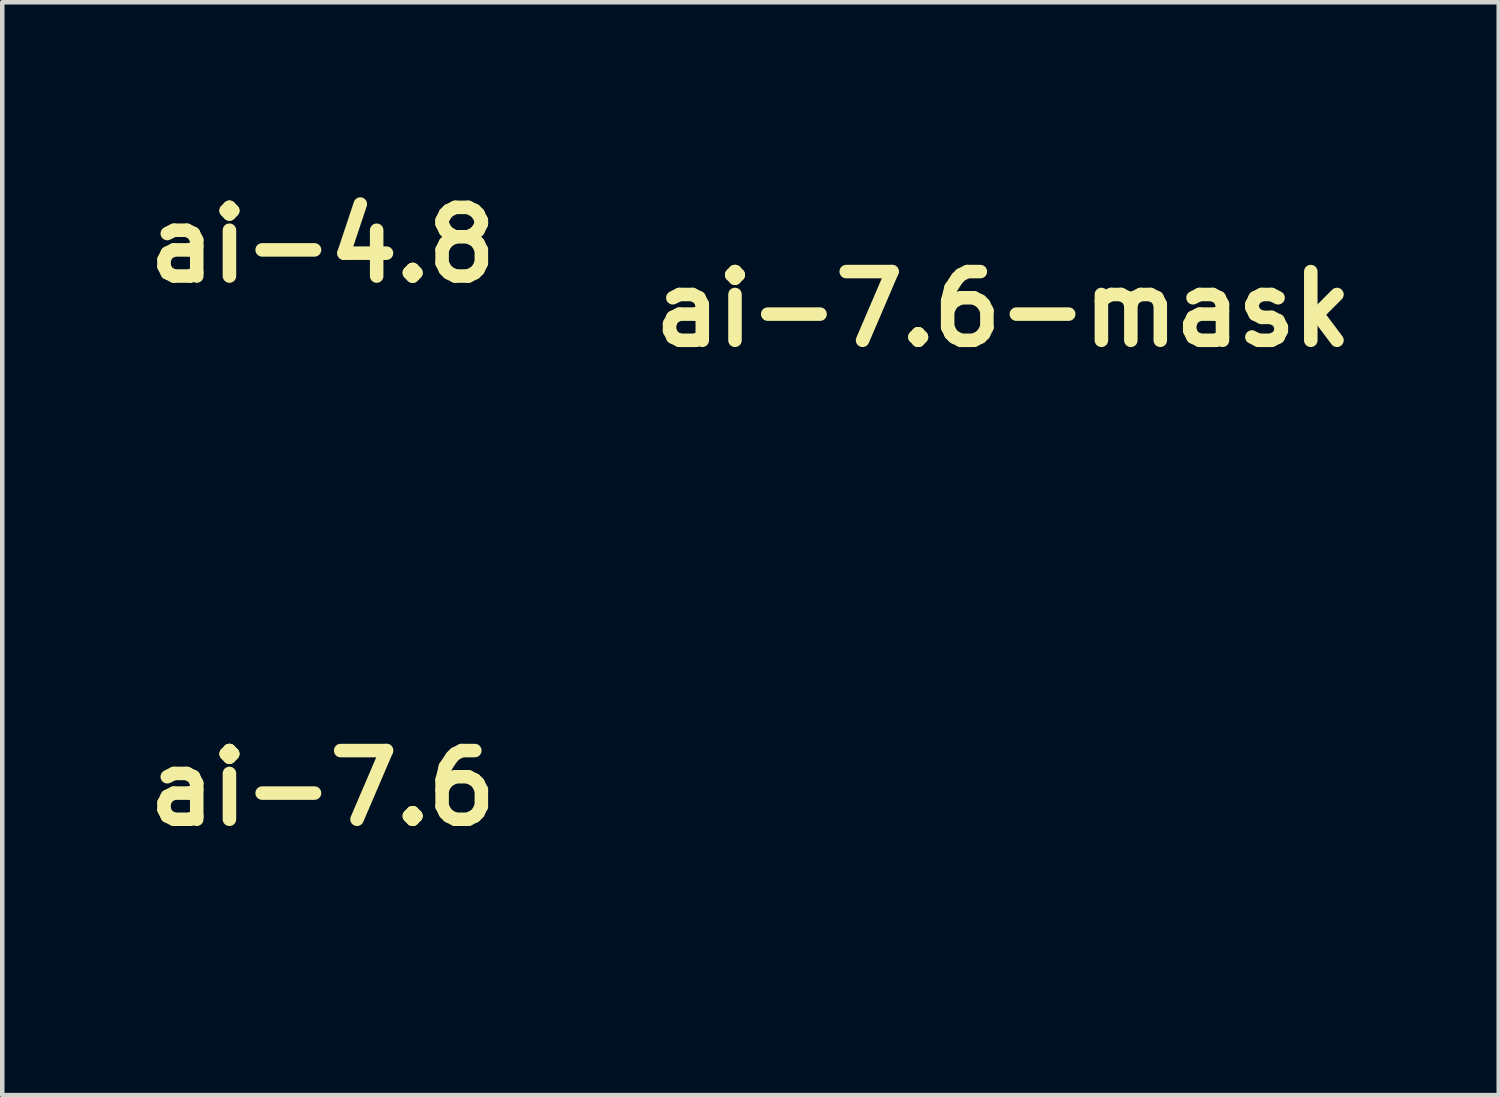
<source format=kicad_pcb>
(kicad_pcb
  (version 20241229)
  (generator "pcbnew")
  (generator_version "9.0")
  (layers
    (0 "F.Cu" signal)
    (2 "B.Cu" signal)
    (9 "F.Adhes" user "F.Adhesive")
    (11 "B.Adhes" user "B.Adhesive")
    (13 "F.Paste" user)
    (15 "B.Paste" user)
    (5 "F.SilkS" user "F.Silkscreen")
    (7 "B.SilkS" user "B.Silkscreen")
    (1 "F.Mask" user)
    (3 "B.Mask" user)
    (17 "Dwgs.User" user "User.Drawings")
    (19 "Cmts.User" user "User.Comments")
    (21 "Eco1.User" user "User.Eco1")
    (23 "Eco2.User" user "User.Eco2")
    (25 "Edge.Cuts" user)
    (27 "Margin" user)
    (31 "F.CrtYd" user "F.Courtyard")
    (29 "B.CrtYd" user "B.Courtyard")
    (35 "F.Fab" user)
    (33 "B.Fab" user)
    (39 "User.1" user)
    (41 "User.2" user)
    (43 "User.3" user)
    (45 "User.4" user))
  (footprint "ai-7.6"
    (layer "F.Cu")
    (at 4.108 14.434)
    (property "Reference" "ai-7.6" (at 0 0 0) (layer "F.SilkS") (effects (font (size 1.524 1.524) (thickness 0.3))))
    (attr through_hole)
    (fp_poly (pts (xy 0.23 -3.8) (xy 0.503 -3.773) (xy 0.528 -3.77) (xy 0.803 -3.721) (xy 1.071 -3.653) (xy 1.331 -3.567) (xy 1.583 -3.462) (xy 1.827 -3.341) (xy 2.06 -3.202) (xy 2.283 -3.047) (xy 2.495 -2.875) (xy 2.695 -2.689) (xy 2.882 -2.487) (xy 3.055 -2.271) (xy 3.215 -2.04) (xy 3.236 -2.007) (xy 3.37 -1.774) (xy 3.486 -1.532) (xy 3.585 -1.282) (xy 3.666 -1.025) (xy 3.728 -0.763) (xy 3.773 -0.496) (xy 3.799 -0.227) (xy 3.806 0.044) (xy 3.793 0.315) (xy 3.762 0.585) (xy 3.738 0.721) (xy 3.676 0.993) (xy 3.594 1.257) (xy 3.494 1.513) (xy 3.376 1.762) (xy 3.239 2.001) (xy 3.084 2.231) (xy 2.92 2.442) (xy 2.86 2.511) (xy 2.789 2.587) (xy 2.71 2.669) (xy 2.627 2.75) (xy 2.544 2.829) (xy 2.466 2.9) (xy 2.395 2.96) (xy 2.383 2.97) (xy 2.16 3.136) (xy 1.927 3.284) (xy 1.685 3.414) (xy 1.434 3.527) (xy 1.176 3.621) (xy 0.911 3.696) (xy 0.641 3.752) (xy 0.411 3.783) (xy 0.314 3.792) (xy 0.204 3.798) (xy 0.09 3.803) (xy -0.025 3.805) (xy -0.132 3.804) (xy -0.226 3.8) (xy -0.242 3.799) (xy -0.52 3.771) (xy -0.793 3.724) (xy -1.06 3.657) (xy -1.321 3.571) (xy -1.575 3.466) (xy -1.821 3.344) (xy -2.058 3.203) (xy -2.286 3.044) (xy -2.442 2.92) (xy -2.511 2.86) (xy -2.587 2.789) (xy -2.669 2.71) (xy -2.75 2.627) (xy -2.829 2.544) (xy -2.9 2.466) (xy -2.96 2.395) (xy -2.97 2.383) (xy -3.135 2.16) (xy -3.284 1.927) (xy -3.415 1.684) (xy -3.528 1.433) (xy -3.622 1.174) (xy -3.629 1.148) (xy -1.798 1.148) (xy -1.798 1.666) (xy -1.28 1.666) (xy -1.28 1.148) (xy 1.25 1.148) (xy 1.25 1.666) (xy 1.768 1.666) (xy 1.768 1.148) (xy 1.25 1.148) (xy -1.28 1.148) (xy -1.798 1.148) (xy -3.629 1.148) (xy -3.697 0.908) (xy -3.738 0.721) (xy -3.779 0.454) (xy -3.801 0.184) (xy -3.802 0.142) (xy -1.28 0.142) (xy -1.28 0.66) (xy -0.762 0.66) (xy -0.762 0.142) (xy -0.274 0.142) (xy -0.274 0.66) (xy 0.244 0.66) (xy 0.244 0.142) (xy 0.762 0.142) (xy 0.762 0.66) (xy 1.25 0.66) (xy 1.25 0.142) (xy 0.762 0.142) (xy 0.244 0.142) (xy -0.274 0.142) (xy -0.762 0.142) (xy -1.28 0.142) (xy -3.802 0.142) (xy -3.804 -0.088) (xy -3.789 -0.36) (xy -3.754 -0.629) (xy -3.707 -0.864) (xy -0.762 -0.864) (xy -0.762 -0.376) (xy -0.274 -0.376) (xy -0.274 -0.864) (xy 0.244 -0.864) (xy 0.244 -0.376) (xy 0.762 -0.376) (xy 0.762 -0.864) (xy 0.244 -0.864) (xy -0.274 -0.864) (xy -0.762 -0.864) (xy -3.707 -0.864) (xy -3.701 -0.895) (xy -3.629 -1.154) (xy -3.599 -1.245) (xy -3.499 -1.502) (xy -3.382 -1.75) (xy -3.297 -1.9) (xy -0.274 -1.9) (xy -0.274 -1.382) (xy 0.244 -1.382) (xy 0.244 -1.9) (xy -0.274 -1.9) (xy -3.297 -1.9) (xy -3.247 -1.988) (xy -3.095 -2.217) (xy -2.927 -2.433) (xy -2.744 -2.638) (xy -2.546 -2.829) (xy -2.334 -3.007) (xy -2.109 -3.17) (xy -2.098 -3.177) (xy -1.865 -3.319) (xy -1.623 -3.444) (xy -1.372 -3.551) (xy -1.115 -3.64) (xy -0.853 -3.71) (xy -0.586 -3.762) (xy -0.315 -3.794) (xy -0.043 -3.807) (xy 0.23 -3.8)) (stroke (width 0.01) (type solid)) (fill yes) (layer "F.Mask")))
  (footprint "ai-7.6-mask"
    (layer "F.Cu")
    (at 19.205 3.809)
    (property "Reference" "ai-7.6-mask" (at 0 0 0) (layer "F.SilkS") (effects (font (size 1.524 1.524) (thickness 0.3))))
    (attr through_hole)
    (fp_poly (pts (xy -1.28 1.666) (xy -1.798 1.666) (xy -1.798 1.148) (xy -1.28 1.148) (xy -1.28 1.666)) (stroke (width 0.01) (type solid)) (fill yes) (layer "F.Mask"))
    (fp_poly (pts (xy -0.762 0.66) (xy -1.28 0.66) (xy -1.28 0.142) (xy -0.762 0.142) (xy -0.762 0.66)) (stroke (width 0.01) (type solid)) (fill yes) (layer "F.Mask"))
    (fp_poly (pts (xy -0.274 -0.376) (xy -0.762 -0.376) (xy -0.762 -0.864) (xy -0.274 -0.864) (xy -0.274 -0.376)) (stroke (width 0.01) (type solid)) (fill yes) (layer "F.Mask"))
    (fp_poly (pts (xy 0.244 -1.382) (xy -0.274 -1.382) (xy -0.274 -1.9) (xy 0.244 -1.9) (xy 0.244 -1.382)) (stroke (width 0.01) (type solid)) (fill yes) (layer "F.Mask"))
    (fp_poly (pts (xy 0.244 0.66) (xy -0.274 0.66) (xy -0.274 0.142) (xy 0.244 0.142) (xy 0.244 0.66)) (stroke (width 0.01) (type solid)) (fill yes) (layer "F.Mask"))
    (fp_poly (pts (xy 0.762 -0.376) (xy 0.244 -0.376) (xy 0.244 -0.864) (xy 0.762 -0.864) (xy 0.762 -0.376)) (stroke (width 0.01) (type solid)) (fill yes) (layer "F.Mask"))
    (fp_poly (pts (xy 1.25 0.66) (xy 0.762 0.66) (xy 0.762 0.142) (xy 1.25 0.142) (xy 1.25 0.66)) (stroke (width 0.01) (type solid)) (fill yes) (layer "F.Mask"))
    (fp_poly (pts (xy 1.768 1.666) (xy 1.25 1.666) (xy 1.25 1.148) (xy 1.768 1.148) (xy 1.768 1.666)) (stroke (width 0.01) (type solid)) (fill yes) (layer "F.Mask"))
    (fp_poly (pts (xy 0.005 -3.804) (xy 0.164 -3.802) (xy 0.307 -3.797) (xy 0.438 -3.788) (xy 0.562 -3.774) (xy 0.683 -3.755) (xy 0.804 -3.73) (xy 0.931 -3.699) (xy 0.989 -3.683) (xy 1.256 -3.6) (xy 1.515 -3.498) (xy 1.764 -3.379) (xy 2.003 -3.243) (xy 2.231 -3.09) (xy 2.426 -2.939) (xy 2.628 -2.759) (xy 2.816 -2.565) (xy 2.991 -2.359) (xy 3.15 -2.142) (xy 3.294 -1.915) (xy 3.421 -1.68) (xy 3.53 -1.438) (xy 3.621 -1.191) (xy 3.684 -0.976) (xy 3.726 -0.796) (xy 3.758 -0.628) (xy 3.782 -0.462) (xy 3.797 -0.293) (xy 3.806 -0.114) (xy 3.807 -0.081) (xy 3.803 0.198) (xy 3.78 0.473) (xy 3.737 0.743) (xy 3.674 1.009) (xy 3.591 1.27) (xy 3.509 1.48) (xy 3.473 1.564) (xy 3.443 1.633) (xy 3.415 1.693) (xy 3.387 1.748) (xy 3.358 1.803) (xy 3.324 1.862) (xy 3.287 1.925) (xy 3.134 2.164) (xy 2.968 2.387) (xy 2.787 2.596) (xy 2.592 2.791) (xy 2.383 2.971) (xy 2.159 3.138) (xy 1.925 3.287) (xy 1.858 3.326) (xy 1.799 3.36) (xy 1.744 3.389) (xy 1.689 3.416) (xy 1.629 3.444) (xy 1.559 3.475) (xy 1.48 3.509) (xy 1.357 3.56) (xy 1.244 3.602) (xy 1.132 3.639) (xy 1.015 3.672) (xy 0.909 3.698) (xy 0.699 3.744) (xy 0.498 3.777) (xy 0.3 3.798) (xy 0.101 3.807) (xy -0.015 3.808) (xy -0.081 3.807) (xy -0.142 3.806) (xy -0.196 3.805) (xy -0.238 3.804) (xy -0.263 3.803) (xy -0.264 3.803) (xy -0.541 3.772) (xy -0.813 3.722) (xy -1.08 3.654) (xy -1.34 3.567) (xy -1.593 3.461) (xy -1.837 3.339) (xy -2.071 3.198) (xy -2.264 3.064) (xy -2.485 2.887) (xy -2.691 2.697) (xy -2.881 2.495) (xy -3.054 2.28) (xy -3.211 2.055) (xy -3.351 1.818) (xy -3.474 1.57) (xy -3.58 1.312) (xy -3.668 1.044) (xy -3.683 0.989) (xy -3.717 0.859) (xy -3.744 0.735) (xy -3.766 0.615) (xy -3.782 0.493) (xy -3.793 0.365) (xy -3.8 0.228) (xy -3.804 0.077) (xy -3.804 0.005) (xy -3.803 -0.066) (xy -3.122 -0.066) (xy -3.122 0.037) (xy -3.12 0.139) (xy -3.116 0.235) (xy -3.11 0.32) (xy -3.105 0.366) (xy -3.064 0.618) (xy -3.005 0.864) (xy -2.926 1.101) (xy -2.829 1.33) (xy -2.714 1.551) (xy -2.581 1.762) (xy -2.43 1.964) (xy -2.262 2.156) (xy -2.233 2.185) (xy -2.061 2.348) (xy -1.875 2.499) (xy -1.677 2.636) (xy -1.472 2.756) (xy -1.413 2.786) (xy -1.318 2.833) (xy -1.234 2.872) (xy -1.157 2.904) (xy -1.08 2.933) (xy -0.998 2.961) (xy -0.914 2.987) (xy -0.672 3.05) (xy -0.434 3.094) (xy -0.199 3.119) (xy 0.035 3.125) (xy 0.271 3.113) (xy 0.356 3.104) (xy 0.596 3.067) (xy 0.826 3.013) (xy 1.049 2.943) (xy 1.268 2.853) (xy 1.393 2.794) (xy 1.611 2.674) (xy 1.815 2.542) (xy 2.006 2.395) (xy 2.184 2.233) (xy 2.351 2.055) (xy 2.507 1.861) (xy 2.646 1.662) (xy 2.678 1.609) (xy 2.715 1.542) (xy 2.756 1.466) (xy 2.797 1.385) (xy 2.837 1.304) (xy 2.873 1.228) (xy 2.902 1.161) (xy 2.919 1.118) (xy 3 0.872) (xy 3.06 0.626) (xy 3.101 0.378) (xy 3.122 0.13) (xy 3.123 -0.117) (xy 3.104 -0.363) (xy 3.065 -0.607) (xy 3.052 -0.665) (xy 3.009 -0.84) (xy 2.96 -1.001) (xy 2.903 -1.157) (xy 2.834 -1.314) (xy 2.786 -1.413) (xy 2.666 -1.629) (xy 2.529 -1.835) (xy 2.377 -2.028) (xy 2.209 -2.209) (xy 2.028 -2.377) (xy 1.834 -2.53) (xy 1.628 -2.668) (xy 1.411 -2.789) (xy 1.227 -2.876) (xy 1.007 -2.961) (xy 0.786 -3.027) (xy 0.561 -3.076) (xy 0.331 -3.107) (xy 0.091 -3.121) (xy 0.01 -3.123) (xy -0.243 -3.114) (xy -0.489 -3.088) (xy -0.727 -3.043) (xy -0.958 -2.979) (xy -1.185 -2.896) (xy -1.407 -2.794) (xy -1.626 -2.671) (xy -1.755 -2.589) (xy -1.933 -2.459) (xy -2.105 -2.313) (xy -2.268 -2.152) (xy -2.42 -1.979) (xy -2.559 -1.798) (xy -2.683 -1.609) (xy -2.79 -1.417) (xy -2.834 -1.323) (xy -2.913 -1.138) (xy -2.977 -0.96) (xy -3.029 -0.783) (xy -3.069 -0.603) (xy -3.099 -0.413) (xy -3.11 -0.325) (xy -3.116 -0.252) (xy -3.12 -0.164) (xy -3.122 -0.066) (xy -3.803 -0.066) (xy -3.802 -0.178) (xy -3.794 -0.345) (xy -3.781 -0.502) (xy -3.761 -0.651) (xy -3.733 -0.798) (xy -3.697 -0.946) (xy -3.652 -1.1) (xy -3.597 -1.264) (xy -3.577 -1.321) (xy -3.477 -1.57) (xy -3.358 -1.811) (xy -3.221 -2.044) (xy -3.066 -2.267) (xy -2.893 -2.482) (xy -2.702 -2.687) (xy -2.495 -2.882) (xy -2.358 -2.998) (xy -2.248 -3.081) (xy -2.123 -3.168) (xy -1.988 -3.253) (xy -1.847 -3.336) (xy -1.705 -3.412) (xy -1.567 -3.479) (xy -1.56 -3.483) (xy -1.47 -3.521) (xy -1.366 -3.561) (xy -1.253 -3.601) (xy -1.138 -3.64) (xy -1.024 -3.674) (xy -0.919 -3.703) (xy -0.878 -3.713) (xy -0.759 -3.74) (xy -0.645 -3.761) (xy -0.532 -3.778) (xy -0.416 -3.79) (xy -0.294 -3.798) (xy -0.16 -3.803) (xy -0.01 -3.804) (xy 0.005 -3.804)) (stroke (width 0.01) (type solid)) (fill yes) (layer "F.Mask")))
  (footprint "ai-4.8"
    (layer "F.Cu")
    (at 4.108 2.384)
    (property "Reference" "ai-4.8" (at 0 0 0) (layer "F.SilkS") (effects (font (size 1.524 1.524) (thickness 0.3))))
    (attr through_hole)
    (fp_poly (pts (xy 0.144 -2.375) (xy 0.315 -2.358) (xy 0.33 -2.356) (xy 0.502 -2.325) (xy 0.669 -2.283) (xy 0.832 -2.229) (xy 0.99 -2.164) (xy 1.142 -2.088) (xy 1.288 -2.001) (xy 1.427 -1.904) (xy 1.559 -1.797) (xy 1.684 -1.68) (xy 1.801 -1.554) (xy 1.91 -1.419) (xy 2.009 -1.275) (xy 2.022 -1.254) (xy 2.106 -1.109) (xy 2.179 -0.958) (xy 2.241 -0.801) (xy 2.291 -0.641) (xy 2.33 -0.477) (xy 2.358 -0.31) (xy 2.374 -0.142) (xy 2.378 0.028) (xy 2.371 0.197) (xy 2.351 0.366) (xy 2.336 0.451) (xy 2.297 0.62) (xy 2.246 0.785) (xy 2.184 0.946) (xy 2.11 1.101) (xy 2.024 1.251) (xy 1.928 1.395) (xy 1.825 1.527) (xy 1.788 1.569) (xy 1.743 1.617) (xy 1.693 1.668) (xy 1.642 1.719) (xy 1.59 1.768) (xy 1.541 1.812) (xy 1.497 1.85) (xy 1.489 1.856) (xy 1.35 1.96) (xy 1.204 2.052) (xy 1.053 2.134) (xy 0.896 2.204) (xy 0.735 2.263) (xy 0.569 2.31) (xy 0.4 2.345) (xy 0.257 2.365) (xy 0.196 2.37) (xy 0.128 2.374) (xy 0.056 2.377) (xy -0.015 2.378) (xy -0.082 2.377) (xy -0.142 2.375) (xy -0.151 2.375) (xy -0.325 2.357) (xy -0.496 2.327) (xy -0.663 2.286) (xy -0.826 2.232) (xy -0.985 2.167) (xy -1.138 2.09) (xy -1.286 2.002) (xy -1.429 1.903) (xy -1.527 1.825) (xy -1.569 1.788) (xy -1.617 1.743) (xy -1.668 1.693) (xy -1.719 1.642) (xy -1.768 1.59) (xy -1.812 1.541) (xy -1.85 1.497) (xy -1.856 1.489) (xy -1.96 1.35) (xy -2.052 1.204) (xy -2.134 1.053) (xy -2.205 0.895) (xy -2.264 0.734) (xy -2.268 0.718) (xy -1.124 0.718) (xy -1.124 1.041) (xy -0.8 1.041) (xy -0.8 0.718) (xy 0.781 0.718) (xy 0.781 1.041) (xy 1.105 1.041) (xy 1.105 0.718) (xy 0.781 0.718) (xy -0.8 0.718) (xy -1.124 0.718) (xy -2.268 0.718) (xy -2.311 0.568) (xy -2.336 0.451) (xy -2.362 0.284) (xy -2.376 0.115) (xy -2.376 0.089) (xy -0.8 0.089) (xy -0.8 0.413) (xy -0.476 0.413) (xy -0.476 0.089) (xy -0.171 0.089) (xy -0.171 0.413) (xy 0.152 0.413) (xy 0.152 0.089) (xy 0.476 0.089) (xy 0.476 0.413) (xy 0.781 0.413) (xy 0.781 0.089) (xy 0.476 0.089) (xy 0.152 0.089) (xy -0.171 0.089) (xy -0.476 0.089) (xy -0.8 0.089) (xy -2.376 0.089) (xy -2.378 -0.055) (xy -2.368 -0.225) (xy -2.346 -0.393) (xy -2.317 -0.54) (xy -0.476 -0.54) (xy -0.476 -0.235) (xy -0.171 -0.235) (xy -0.171 -0.54) (xy 0.152 -0.54) (xy 0.152 -0.235) (xy 0.476 -0.235) (xy 0.476 -0.54) (xy 0.152 -0.54) (xy -0.171 -0.54) (xy -0.476 -0.54) (xy -2.317 -0.54) (xy -2.313 -0.559) (xy -2.268 -0.721) (xy -2.249 -0.778) (xy -2.187 -0.938) (xy -2.114 -1.094) (xy -2.06 -1.187) (xy -0.171 -1.187) (xy -0.171 -0.864) (xy 0.152 -0.864) (xy 0.152 -1.187) (xy -0.171 -1.187) (xy -2.06 -1.187) (xy -2.029 -1.243) (xy -1.934 -1.385) (xy -1.829 -1.521) (xy -1.715 -1.649) (xy -1.591 -1.768) (xy -1.459 -1.879) (xy -1.318 -1.981) (xy -1.311 -1.985) (xy -1.166 -2.075) (xy -1.014 -2.153) (xy -0.858 -2.22) (xy -0.697 -2.275) (xy -0.533 -2.319) (xy -0.366 -2.351) (xy -0.197 -2.371) (xy -0.027 -2.379) (xy 0.144 -2.375)) (stroke (width 0.01) (type solid)) (fill yes) (layer "F.Mask")))
  (gr_rect
    (start -3 -3)
    (end 30.196 21.243)
    (stroke (width 0.1) (type default))
    (fill no)
    (layer "Edge.Cuts")))
</source>
